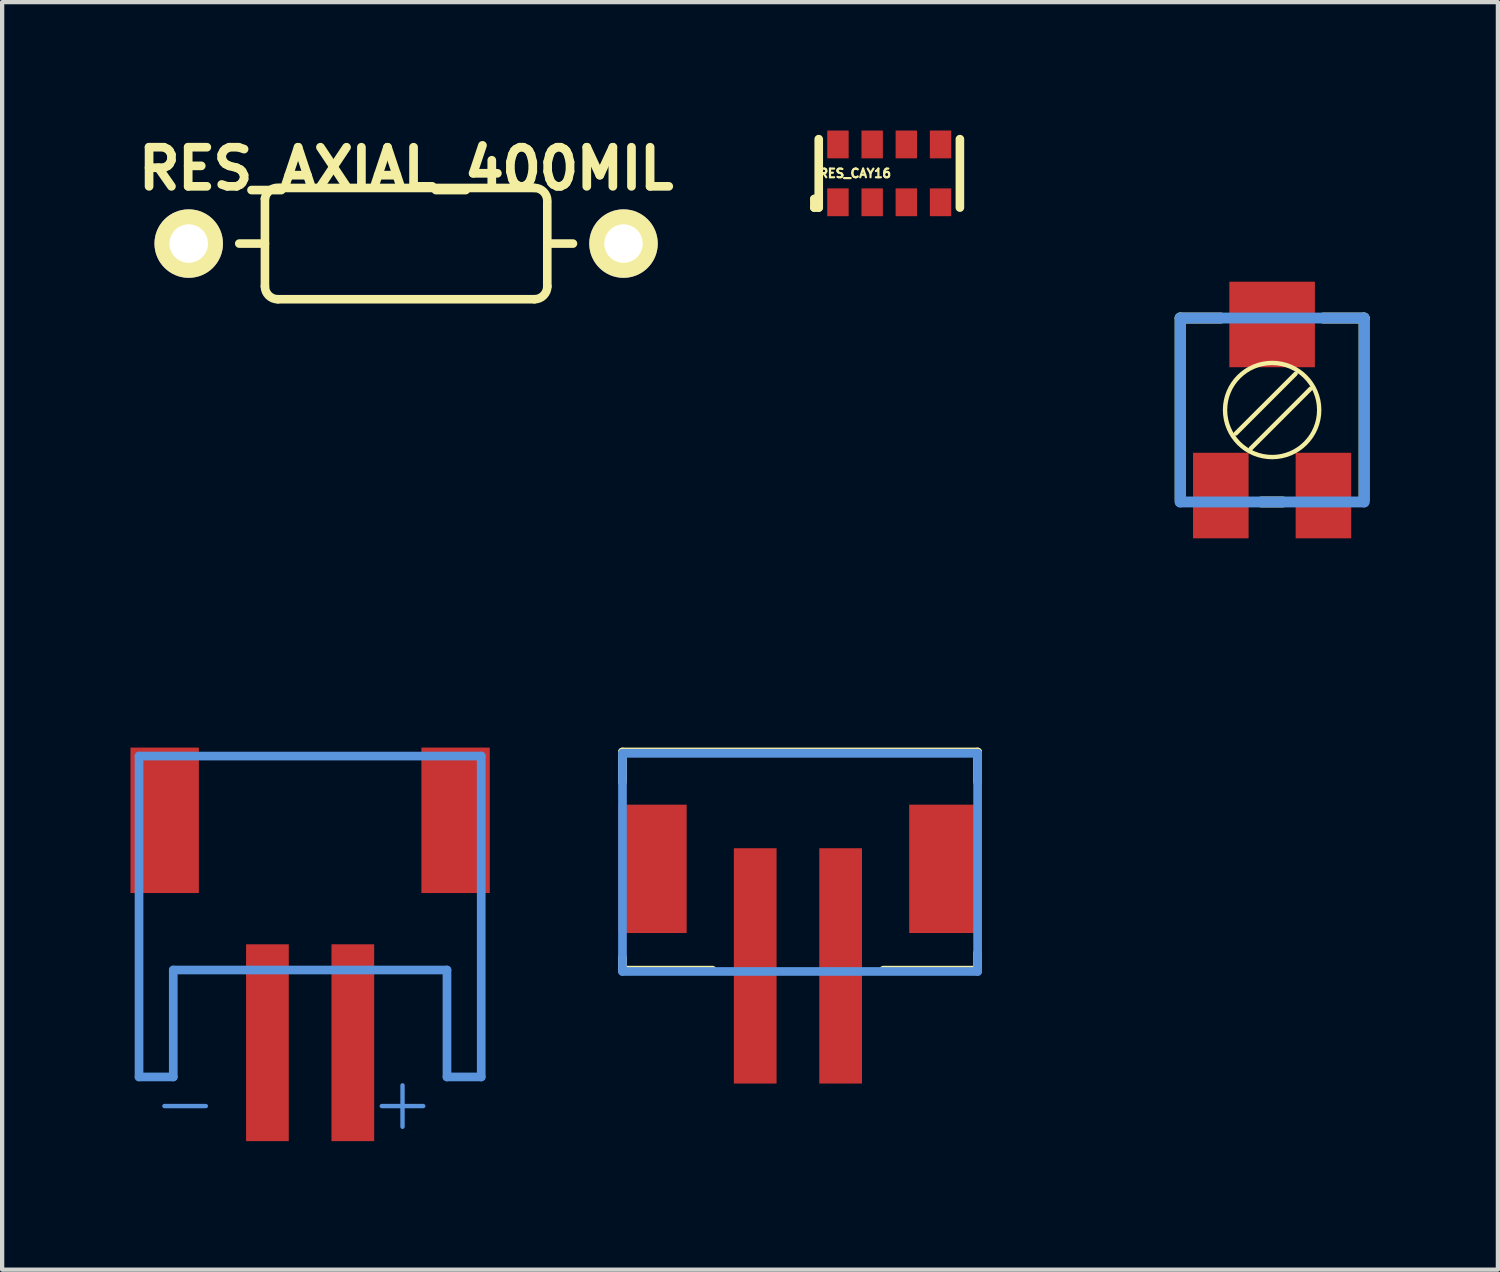
<source format=kicad_pcb>
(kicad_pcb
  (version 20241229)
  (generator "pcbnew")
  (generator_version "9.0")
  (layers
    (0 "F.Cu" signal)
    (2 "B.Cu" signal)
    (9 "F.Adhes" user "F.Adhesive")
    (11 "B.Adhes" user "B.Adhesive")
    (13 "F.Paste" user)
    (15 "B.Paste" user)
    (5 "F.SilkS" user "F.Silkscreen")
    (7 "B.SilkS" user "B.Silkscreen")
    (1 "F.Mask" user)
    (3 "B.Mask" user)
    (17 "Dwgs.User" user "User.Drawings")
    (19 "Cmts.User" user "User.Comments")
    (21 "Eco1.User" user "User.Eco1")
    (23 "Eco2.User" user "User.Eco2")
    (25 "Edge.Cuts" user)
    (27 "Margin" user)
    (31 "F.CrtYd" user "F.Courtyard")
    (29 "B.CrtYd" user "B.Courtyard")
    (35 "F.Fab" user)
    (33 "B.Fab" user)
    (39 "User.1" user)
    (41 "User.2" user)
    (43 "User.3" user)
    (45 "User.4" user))
  (footprint "RTRIM3314J"
    (layer "F.Cu")
    (at 26.677 6.531)
    (property "Reference" "RTRIM3314J" (at -3.274 -0.82 90) (layer "Eco1.User") (effects (font (size 1.27 1.27) (thickness 0.102))))
    (attr through_hole)
    (fp_line (start -2.149 -2.149) (end -2.149 2.098) (stroke (width 0.254) (type solid)) (layer "F.SilkS"))
    (fp_line (start -1.199 -2.149) (end -2.149 -2.149) (stroke (width 0.254) (type solid)) (layer "F.SilkS"))
    (fp_line (start -0.848 0.549) (end 0.549 -0.848) (stroke (width 0.102) (type solid)) (layer "F.SilkS"))
    (fp_line (start -0.498 0.899) (end 0.899 -0.498) (stroke (width 0.102) (type solid)) (layer "F.SilkS"))
    (fp_line (start 0.249 2.149) (end -0.249 2.149) (stroke (width 0.254) (type solid)) (layer "F.SilkS"))
    (fp_line (start 2.149 -2.149) (end 1.199 -2.149) (stroke (width 0.254) (type solid)) (layer "F.SilkS"))
    (fp_line (start 2.149 2.098) (end 2.149 -2.149) (stroke (width 0.254) (type solid)) (layer "F.SilkS"))
    (fp_circle (center 0 0) (end 1.1 0) (stroke (width 0.102) (type solid)) (fill no) (layer "F.SilkS"))
    (fp_line (start -2.149 -2.149) (end 2.149 -2.149) (stroke (width 0.254) (type solid)) (layer "Cmts.User"))
    (fp_line (start -2.149 2.149) (end -2.149 -2.149) (stroke (width 0.254) (type solid)) (layer "Cmts.User"))
    (fp_line (start 2.149 -2.149) (end 2.149 2.149) (stroke (width 0.254) (type solid)) (layer "Cmts.User"))
    (fp_line (start 2.149 2.149) (end -2.149 2.149) (stroke (width 0.254) (type solid)) (layer "Cmts.User"))
    (pad "1" smd rect (at -1.199 1.999) (size 1.298 1.999) (layers "F.Cu" "F.Mask" "F.Paste"))
    (pad "2" smd rect (at 1.199 1.999) (size 1.298 1.999) (layers "F.Cu" "F.Mask" "F.Paste"))
    (pad "W" smd rect (at 0 -1.999) (size 1.999 1.999) (layers "F.Cu" "F.Mask" "F.Paste")))
  (footprint "RES_AXIAL_400MIL"
    (layer "F.Cu")
    (at 6.44 2.642)
    (property "Reference" "RES_AXIAL_400MIL" (at 0 -1.75 0) (layer "F.SilkS") (effects (font (size 0.914 0.914) (thickness 0.203))))
    (attr through_hole)
    (fp_line (start -3.299 -1.049) (end -3.299 1.001) (stroke (width 0.201) (type solid)) (layer "F.SilkS"))
    (fp_line (start -3.299 0) (end -3.899 0) (stroke (width 0.201) (type solid)) (layer "F.SilkS"))
    (fp_line (start -2.949 -1.3) (end 3 -1.3) (stroke (width 0.201) (type solid)) (layer "F.SilkS"))
    (fp_line (start 3 1.3) (end -3 1.3) (stroke (width 0.201) (type solid)) (layer "F.SilkS"))
    (fp_line (start 3.299 0) (end 3.899 0) (stroke (width 0.201) (type solid)) (layer "F.SilkS"))
    (fp_line (start 3.299 1.001) (end 3.299 -0.95) (stroke (width 0.201) (type solid)) (layer "F.SilkS"))
    (fp_arc (start -3.29946 -1.04902) (mid -3.177549 -1.246819) (end -2.95148 -1.30048) (stroke (width 0.20066) (type solid)) (layer "F.SilkS"))
    (fp_arc (start -2.99974 1.30048) (mid -3.211674 1.212694) (end -3.29946 1.00076) (stroke (width 0.20066) (type solid)) (layer "F.SilkS"))
    (fp_arc (start 2.99974 -1.30048) (mid 3.211674 -1.212694) (end 3.29946 -1.00076) (stroke (width 0.20066) (type solid)) (layer "F.SilkS"))
    (fp_arc (start 3.29946 1.00076) (mid 3.211674 1.212694) (end 2.99974 1.30048) (stroke (width 0.20066) (type solid)) (layer "F.SilkS"))
    (pad "1" thru_hole circle (at -5.08 0) (size 1.6 1.6) (drill 0.899) (layers "*.Cu" "*.Mask" "F.SilkS"))
    (pad "2" thru_hole circle (at 5.08 0) (size 1.6 1.6) (drill 0.899) (layers "*.Cu" "*.Mask" "F.SilkS")))
  (footprint "S2B-PH-VERTICAL"
    (layer "F.Cu")
    (at 15.596 17.522)
    (property "Reference" "S2B-PH-VERTICAL" (at 0 0 0) (layer "Cmts.User") (effects (font (size 0.001 0.001) (thickness 0.000001))))
    (attr through_hole)
    (fp_line (start -4.1 -3) (end -4.1 -2.299) (stroke (width 0.203) (type solid)) (layer "F.SilkS"))
    (fp_line (start -4.1 -3) (end 4.199 -3) (stroke (width 0.203) (type solid)) (layer "F.SilkS"))
    (fp_line (start -4.1 2.098) (end -4.1 1.798) (stroke (width 0.203) (type solid)) (layer "F.SilkS"))
    (fp_line (start -1.999 2.098) (end -4.1 2.098) (stroke (width 0.203) (type solid)) (layer "F.SilkS"))
    (fp_line (start 1.999 2.098) (end 4.199 2.098) (stroke (width 0.203) (type solid)) (layer "F.SilkS"))
    (fp_line (start 4.199 -3) (end 4.199 -2.299) (stroke (width 0.203) (type solid)) (layer "F.SilkS"))
    (fp_line (start 4.199 2.098) (end 4.199 1.699) (stroke (width 0.203) (type solid)) (layer "F.SilkS"))
    (fp_line (start -4.1 -2.969) (end 4.199 -2.969) (stroke (width 0.203) (type solid)) (layer "Cmts.User"))
    (fp_line (start -4.1 2.129) (end -4.1 -2.969) (stroke (width 0.203) (type solid)) (layer "Cmts.User"))
    (fp_line (start 4.199 -2.969) (end 4.199 2.129) (stroke (width 0.203) (type solid)) (layer "Cmts.User"))
    (fp_line (start 4.199 2.129) (end -4.1 2.129) (stroke (width 0.203) (type solid)) (layer "Cmts.User"))
    (pad "GND" smd rect (at 0.998 1.999) (size 0.998 5.499) (layers "F.Cu" "F.Mask" "F.Paste"))
    (pad "P$1" smd rect (at -3.399 -0.269 90) (size 3 1.598) (layers "F.Cu" "F.Mask" "F.Paste"))
    (pad "P$2" smd rect (at 3.399 -0.269 90) (size 3 1.598) (layers "F.Cu" "F.Mask" "F.Paste"))
    (pad "VCC" smd rect (at -0.998 1.999) (size 0.998 5.499) (layers "F.Cu" "F.Mask" "F.Paste")))
  (footprint "RES_CAY16"
    (layer "F.Cu")
    (at 17.73 1.001)
    (property "Reference" "RES_CAY16" (at -0.8 0 0) (layer "F.SilkS") (effects (font (size 0.203 0.203) (thickness 0.051))))
    (attr smd)
    (fp_line (start -1.75 0.599) (end -1.651 0.599) (stroke (width 0.201) (type solid)) (layer "F.SilkS"))
    (fp_line (start -1.75 0.8) (end -1.75 0.599) (stroke (width 0.201) (type solid)) (layer "F.SilkS"))
    (fp_line (start -1.651 0.8) (end -1.75 0.8) (stroke (width 0.201) (type solid)) (layer "F.SilkS"))
    (fp_line (start -1.648 -0.8) (end -1.648 0.8) (stroke (width 0.201) (type solid)) (layer "F.SilkS"))
    (fp_line (start 1.651 -0.8) (end 1.651 0.8) (stroke (width 0.201) (type solid)) (layer "F.SilkS"))
    (pad "1" smd rect (at -1.199 0.676) (size 0.5 0.65) (layers "F.Cu" "F.Mask" "F.Paste"))
    (pad "2" smd rect (at -1.199 -0.676) (size 0.5 0.65) (layers "F.Cu" "F.Mask" "F.Paste"))
    (pad "3" smd rect (at -0.399 0.676) (size 0.5 0.65) (layers "F.Cu" "F.Mask" "F.Paste"))
    (pad "4" smd rect (at -0.399 -0.676) (size 0.5 0.65) (layers "F.Cu" "F.Mask" "F.Paste"))
    (pad "5" smd rect (at 0.399 0.676) (size 0.5 0.65) (layers "F.Cu" "F.Mask" "F.Paste"))
    (pad "6" smd rect (at 0.399 -0.676) (size 0.5 0.65) (layers "F.Cu" "F.Mask" "F.Paste"))
    (pad "7" smd rect (at 1.199 0.676) (size 0.5 0.65) (layers "F.Cu" "F.Mask" "F.Paste"))
    (pad "8" smd rect (at 1.199 -0.676) (size 0.5 0.65) (layers "F.Cu" "F.Mask" "F.Paste")))
  (footprint "S2B-PH"
    (layer "F.Cu")
    (at 4.197 17.618)
    (property "Reference" "S2B-PH" (at 0 0 0) (layer "Cmts.User") (effects (font (size 0.001 0.001) (thickness 0.000001))))
    (attr through_hole)
    (fp_line (start -3.998 -3) (end 3.998 -3) (stroke (width 0.203) (type solid)) (layer "Cmts.User"))
    (fp_line (start -3.998 4.498) (end -3.998 -3) (stroke (width 0.203) (type solid)) (layer "Cmts.User"))
    (fp_line (start -3.198 1.999) (end -3.198 4.498) (stroke (width 0.203) (type solid)) (layer "Cmts.User"))
    (fp_line (start -3.198 4.498) (end -3.998 4.498) (stroke (width 0.203) (type solid)) (layer "Cmts.User"))
    (fp_line (start 3.198 1.999) (end -3.198 1.999) (stroke (width 0.203) (type solid)) (layer "Cmts.User"))
    (fp_line (start 3.198 4.498) (end 3.198 1.999) (stroke (width 0.203) (type solid)) (layer "Cmts.User"))
    (fp_line (start 3.998 -3) (end 3.998 4.498) (stroke (width 0.203) (type solid)) (layer "Cmts.User"))
    (fp_line (start 3.998 4.498) (end 3.198 4.498) (stroke (width 0.203) (type solid)) (layer "Cmts.User"))
    (fp_text user "+" (at 2.159 5.08 0) (layer "Cmts.User") (effects (font (size 1.27 1.27) (thickness 0.102))))
    (fp_text user "-" (at -2.921 5.08 0) (layer "Cmts.User") (effects (font (size 1.27 1.27) (thickness 0.102))))
    (pad "1" smd rect (at -0.998 3.698) (size 0.998 4.6) (layers "F.Cu" "F.Mask" "F.Paste"))
    (pad "2" smd rect (at 0.998 3.698) (size 0.998 4.6) (layers "F.Cu" "F.Mask" "F.Paste"))
    (pad "NC1" smd rect (at -3.399 -1.499 90) (size 3.399 1.598) (layers "F.Cu" "F.Mask" "F.Paste"))
    (pad "NC2" smd rect (at 3.399 -1.499 90) (size 3.399 1.598) (layers "F.Cu" "F.Mask" "F.Paste")))
  (gr_rect
    (start -3 -3)
    (end 31.953 26.619)
    (stroke (width 0.1) (type default))
    (fill no)
    (layer "Edge.Cuts")))
</source>
